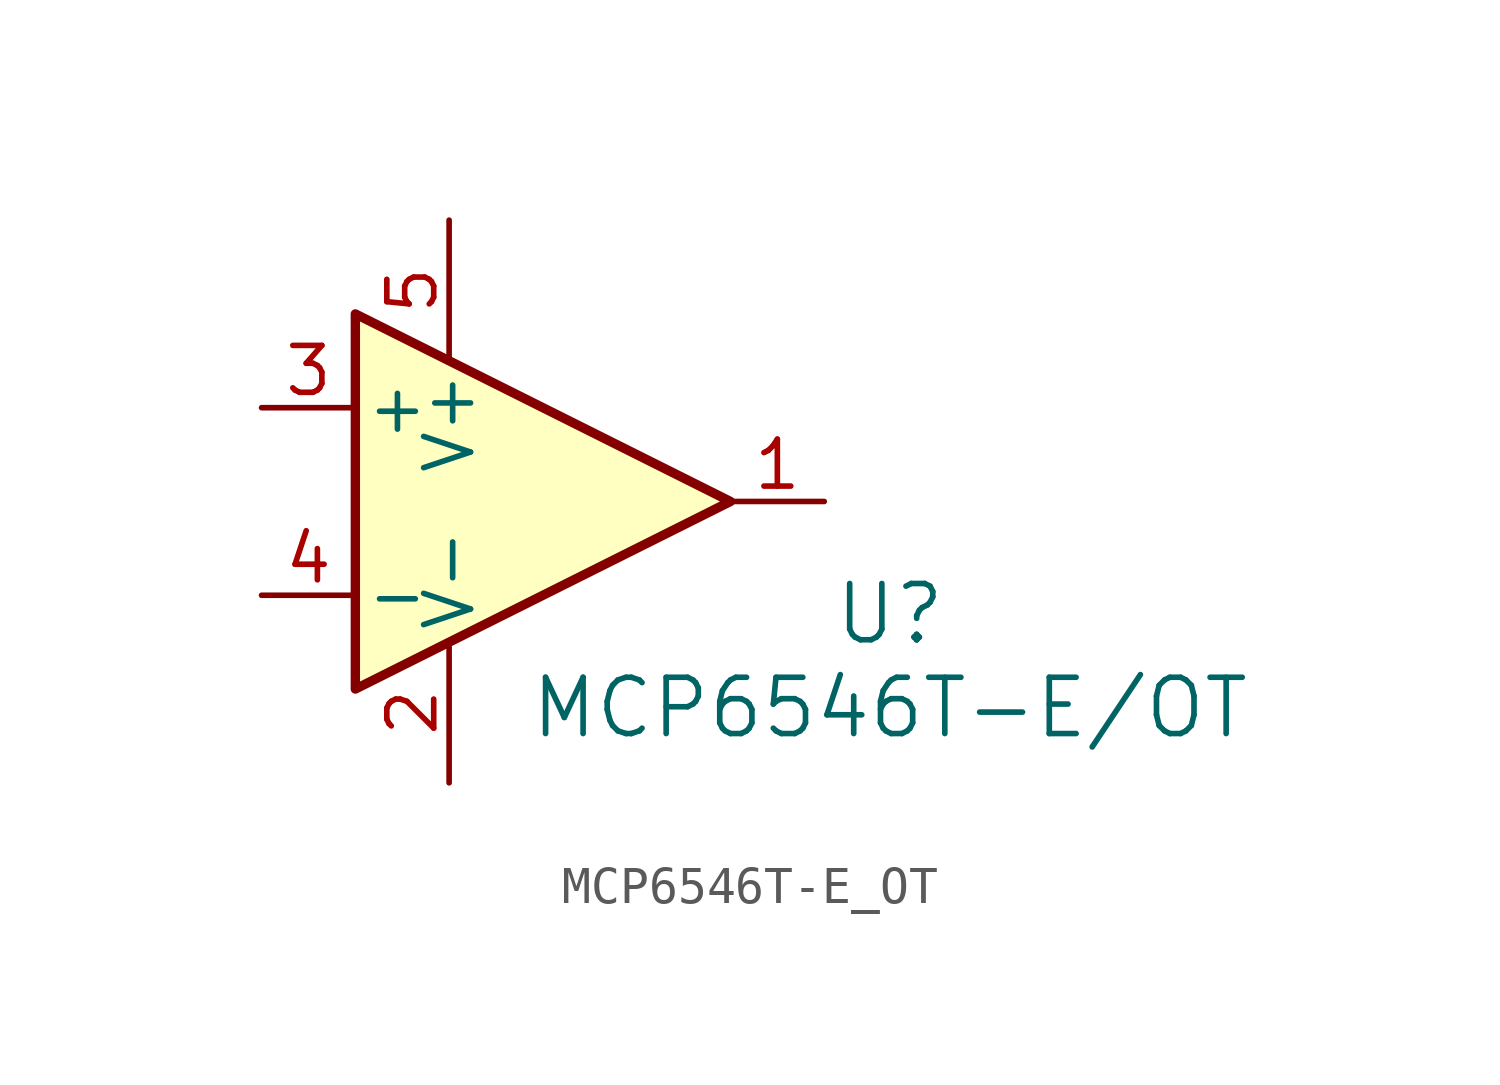
<source format=kicad_sym>
(kicad_symbol_lib
  (version 20231120)
  (generator "kicad_symbol_editor")
  (generator_version "8.0")
  (symbol "MCP6546T-E_OT"
    (pin_names
      (offset 0.254))
    (property "Reference" "U"
      (at 17.018 -5.588 0)
      (effects (font (size 1.524 1.524))))
    (property "Value" "MCP6546T-E/OT"
      (at 17.018 -8.128 0)
      (effects (font (size 1.524 1.524))))
    (property "ki_locked" ""
      (at 0 0 0)
      (effects (font (size 1.27 1.27))))
    (symbol "MCP6546T-E_OT_0_1"
      (polyline (pts (xy 2.54 2.54) (xy 12.7 -2.54) (xy 2.54 -7.62) (xy 2.54 2.54)) (stroke (width 0.254) (type default)) (fill (type background))))
    (symbol "MCP6546T-E_OT_1_1"
      (pin open_collector line (at 15.24 -2.54 180) (length 2.54) (name "~" (effects (font (size 1.27 1.27)))) (number "1" (effects (font (size 1.27 1.27)))))
      (pin power_in line (at 5.08 -10.16 90) (length 3.81) (name "V-" (effects (font (size 1.27 1.27)))) (number "2" (effects (font (size 1.27 1.27)))))
      (pin input line (at 0 0 0) (length 2.54) (name "+" (effects (font (size 1.27 1.27)))) (number "3" (effects (font (size 1.27 1.27)))))
      (pin input line (at 0 -5.08 0) (length 2.54) (name "-" (effects (font (size 1.27 1.27)))) (number "4" (effects (font (size 1.27 1.27)))))
      (pin power_in line (at 5.08 5.08 270) (length 3.81) (name "V+" (effects (font (size 1.27 1.27)))) (number "5" (effects (font (size 1.27 1.27))))))))
</source>
